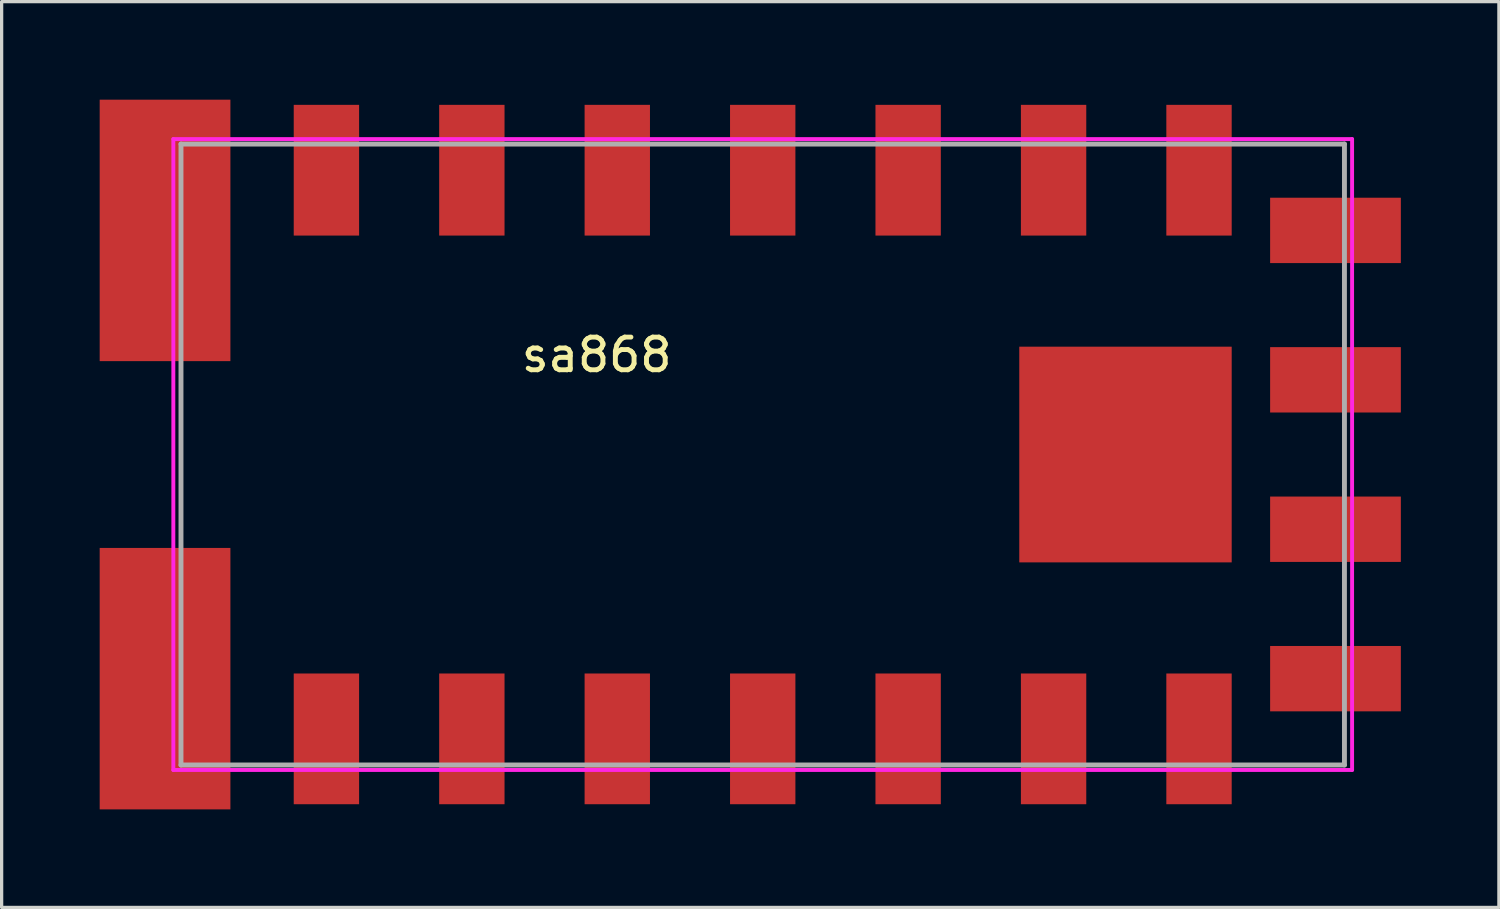
<source format=kicad_pcb>
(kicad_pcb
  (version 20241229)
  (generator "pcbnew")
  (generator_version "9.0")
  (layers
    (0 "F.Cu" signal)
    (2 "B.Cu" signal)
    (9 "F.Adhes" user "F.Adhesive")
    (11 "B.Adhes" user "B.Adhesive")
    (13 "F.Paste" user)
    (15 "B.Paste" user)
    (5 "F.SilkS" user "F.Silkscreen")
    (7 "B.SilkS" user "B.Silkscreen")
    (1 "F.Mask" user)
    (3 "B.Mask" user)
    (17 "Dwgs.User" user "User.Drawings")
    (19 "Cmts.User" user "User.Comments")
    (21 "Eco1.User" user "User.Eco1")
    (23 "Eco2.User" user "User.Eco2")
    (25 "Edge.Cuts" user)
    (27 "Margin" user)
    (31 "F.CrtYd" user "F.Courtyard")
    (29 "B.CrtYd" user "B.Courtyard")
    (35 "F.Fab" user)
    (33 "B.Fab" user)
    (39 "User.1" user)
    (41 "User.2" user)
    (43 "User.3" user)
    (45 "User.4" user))
  (footprint "sa868"
    (layer "F.Cu")
    (at 20.288 10.858)
    (property "Reference" "sa868" (at -5.08 -3.048 0) (layer "F.SilkS") (effects (font (size 1 1) (thickness 0.15))))
    (attr through_hole)
    (fp_line (start -18.034 -9.652) (end -18.034 9.652) (stroke (width 0.12) (type solid)) (layer "F.CrtYd"))
    (fp_line (start -18.034 9.652) (end 18.034 9.652) (stroke (width 0.12) (type solid)) (layer "F.CrtYd"))
    (fp_line (start 18.034 -9.652) (end -18.034 -9.652) (stroke (width 0.12) (type solid)) (layer "F.CrtYd"))
    (fp_line (start 18.034 9.652) (end 18.034 -9.652) (stroke (width 0.12) (type solid)) (layer "F.CrtYd"))
    (fp_line (start -17.8 -9.5) (end -17.8 9.5) (stroke (width 0.15) (type solid)) (layer "F.Fab"))
    (fp_line (start -17.8 9.5) (end 17.8 9.5) (stroke (width 0.15) (type solid)) (layer "F.Fab"))
    (fp_line (start 17.8 -9.5) (end -17.8 -9.5) (stroke (width 0.15) (type solid)) (layer "F.Fab"))
    (fp_line (start 17.8 9.5) (end 17.8 -9.5) (stroke (width 0.15) (type solid)) (layer "F.Fab"))
    (pad "1" smd rect (at -13.35 -8.7) (size 2 4) (layers "F.Cu" "F.Mask" "F.Paste"))
    (pad "2" smd rect (at -8.9 -8.7) (size 2 4) (layers "F.Cu" "F.Mask" "F.Paste"))
    (pad "3" smd rect (at -4.45 -8.7) (size 2 4) (layers "F.Cu" "F.Mask" "F.Paste"))
    (pad "4" smd rect (at 0 -8.7) (size 2 4) (layers "F.Cu" "F.Mask" "F.Paste"))
    (pad "5" smd rect (at 4.45 -8.7) (size 2 4) (layers "F.Cu" "F.Mask" "F.Paste"))
    (pad "6" smd rect (at 8.9 -8.7) (size 2 4) (layers "F.Cu" "F.Mask" "F.Paste"))
    (pad "7" smd rect (at 13.35 -8.7) (size 2 4) (layers "F.Cu" "F.Mask" "F.Paste"))
    (pad "8" smd rect (at 17.526 -6.858 90) (size 2 4) (layers "F.Cu" "F.Mask" "F.Paste"))
    (pad "9" smd rect (at 17.526 -2.286 90) (size 2 4) (layers "F.Cu" "F.Mask" "F.Paste"))
    (pad "10" smd rect (at 17.526 2.286 90) (size 2 4) (layers "F.Cu" "F.Mask" "F.Paste"))
    (pad "11" smd rect (at 17.526 6.858 90) (size 2 4) (layers "F.Cu" "F.Mask" "F.Paste"))
    (pad "12" smd rect (at 13.35 8.7) (size 2 4) (layers "F.Cu" "F.Mask" "F.Paste"))
    (pad "13" smd rect (at 8.9 8.7) (size 2 4) (layers "F.Cu" "F.Mask" "F.Paste"))
    (pad "14" smd rect (at 4.45 8.7) (size 2 4) (layers "F.Cu" "F.Mask" "F.Paste"))
    (pad "15" smd rect (at 0 8.7) (size 2 4) (layers "F.Cu" "F.Mask" "F.Paste"))
    (pad "16" smd rect (at -4.45 8.7) (size 2 4) (layers "F.Cu" "F.Mask" "F.Paste"))
    (pad "17" smd rect (at -8.9 8.7) (size 2 4) (layers "F.Cu" "F.Mask" "F.Paste"))
    (pad "18" smd rect (at -13.35 8.7) (size 2 4) (layers "F.Cu" "F.Mask" "F.Paste"))
    (pad "P1" smd rect (at 11.1 0) (size 6.5 6.6) (layers "F.Cu" "F.Mask" "F.Paste"))
    (pad "P2" smd rect (at -18.288 -6.858) (size 4 8) (layers "F.Cu" "F.Mask" "F.Paste"))
    (pad "P3" smd rect (at -18.288 6.858) (size 4 8) (layers "F.Cu" "F.Mask" "F.Paste")))
  (gr_rect
    (start -3 -3)
    (end 42.814 24.716)
    (stroke (width 0.1) (type default))
    (fill no)
    (layer "Edge.Cuts")))
</source>
